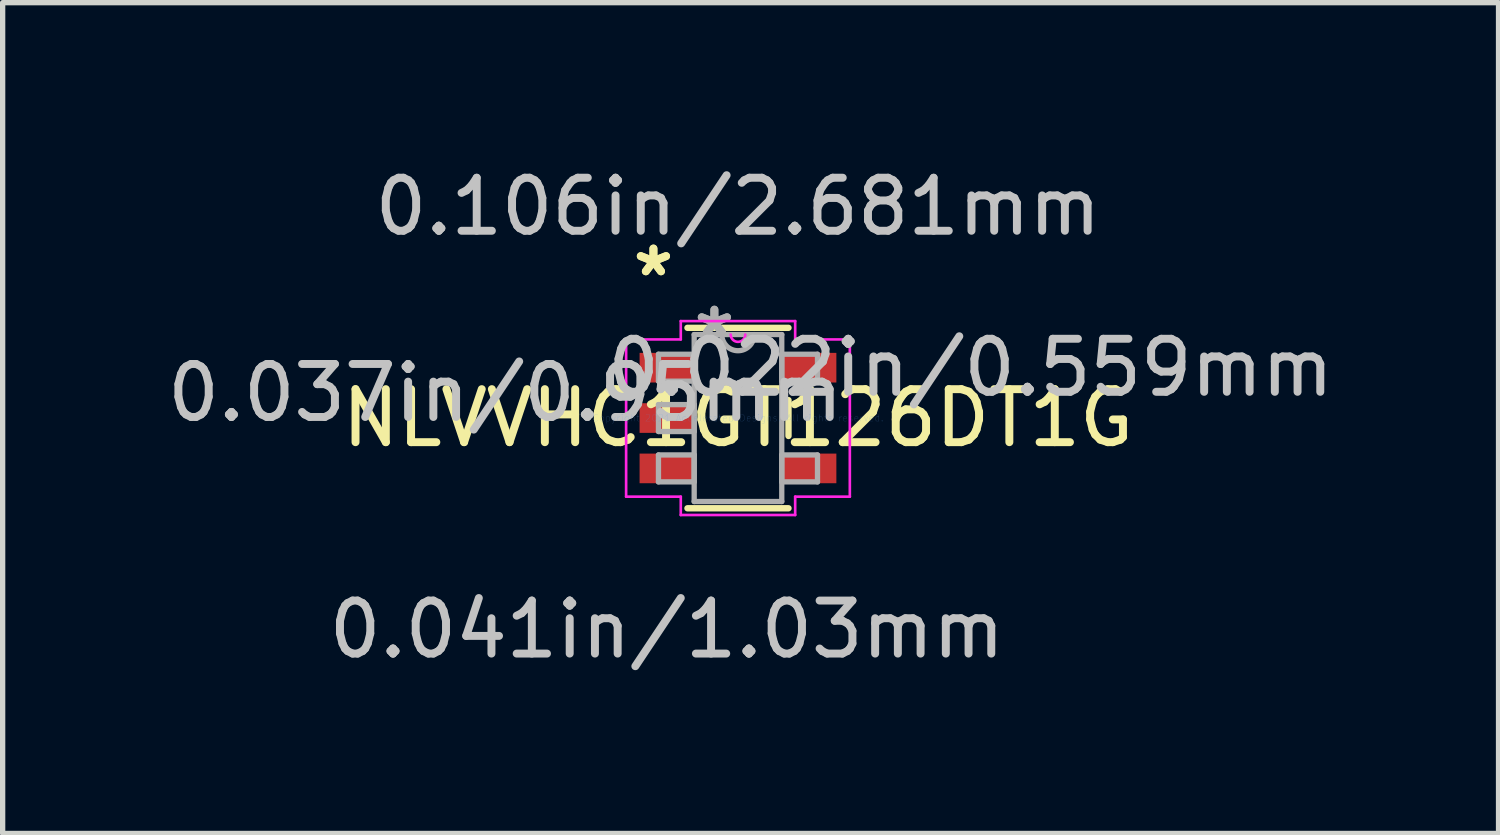
<source format=kicad_pcb>
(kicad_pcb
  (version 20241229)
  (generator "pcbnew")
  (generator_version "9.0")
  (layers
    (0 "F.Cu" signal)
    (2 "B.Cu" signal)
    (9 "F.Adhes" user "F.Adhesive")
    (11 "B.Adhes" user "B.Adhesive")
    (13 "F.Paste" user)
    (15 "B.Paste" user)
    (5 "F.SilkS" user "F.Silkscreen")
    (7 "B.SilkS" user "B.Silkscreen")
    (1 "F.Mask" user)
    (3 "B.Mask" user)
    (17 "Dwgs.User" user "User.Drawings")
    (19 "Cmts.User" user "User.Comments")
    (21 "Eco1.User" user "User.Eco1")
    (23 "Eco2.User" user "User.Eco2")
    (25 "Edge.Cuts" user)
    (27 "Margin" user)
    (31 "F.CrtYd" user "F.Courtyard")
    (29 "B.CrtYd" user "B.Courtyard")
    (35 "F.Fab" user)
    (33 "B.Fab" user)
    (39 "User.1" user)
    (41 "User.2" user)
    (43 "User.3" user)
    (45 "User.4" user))
  (footprint "NLVVHC1GT126DT1G"
    (layer "F.Cu")
    (at 10.871 4.836)
    (property "Reference" "NLVVHC1GT126DT1G" (at 0 0 0) (layer "F.SilkS") (effects (font (size 1 1) (thickness 0.15))))
    (attr through_hole)
    (fp_line (start -0.953 1.702) (end 0.953 1.702) (stroke (width 0.12) (type solid)) (layer "F.SilkS"))
    (fp_line (start 0.953 -1.702) (end -0.953 -1.702) (stroke (width 0.12) (type solid)) (layer "F.SilkS"))
    (fp_line (start 0.953 0.338) (end 0.953 -0.338) (stroke (width 0.12) (type solid)) (layer "F.SilkS"))
    (fp_line (start -2.11 -1.483) (end -1.079 -1.483) (stroke (width 0.05) (type solid)) (layer "F.CrtYd"))
    (fp_line (start -2.11 1.483) (end -2.11 -1.483) (stroke (width 0.05) (type solid)) (layer "F.CrtYd"))
    (fp_line (start -1.079 -1.829) (end 1.079 -1.829) (stroke (width 0.05) (type solid)) (layer "F.CrtYd"))
    (fp_line (start -1.079 -1.483) (end -1.079 -1.829) (stroke (width 0.05) (type solid)) (layer "F.CrtYd"))
    (fp_line (start -1.079 1.483) (end -2.11 1.483) (stroke (width 0.05) (type solid)) (layer "F.CrtYd"))
    (fp_line (start -1.079 1.829) (end -1.079 1.483) (stroke (width 0.05) (type solid)) (layer "F.CrtYd"))
    (fp_line (start 1.079 -1.829) (end 1.079 -1.483) (stroke (width 0.05) (type solid)) (layer "F.CrtYd"))
    (fp_line (start 1.079 -1.483) (end 2.11 -1.483) (stroke (width 0.05) (type solid)) (layer "F.CrtYd"))
    (fp_line (start 1.079 1.483) (end 1.079 1.829) (stroke (width 0.05) (type solid)) (layer "F.CrtYd"))
    (fp_line (start 1.079 1.829) (end -1.079 1.829) (stroke (width 0.05) (type solid)) (layer "F.CrtYd"))
    (fp_line (start 2.11 -1.483) (end 2.11 1.483) (stroke (width 0.05) (type solid)) (layer "F.CrtYd"))
    (fp_line (start 2.11 1.483) (end 1.079 1.483) (stroke (width 0.05) (type solid)) (layer "F.CrtYd"))
    (fp_arc (start 0.137583 -1.5748) (mid 0 -1.437217) (end -0.137583 -1.5748) (stroke (width 0.05) (type solid)) (layer "F.CrtYd"))
    (fp_line (start -1.5 -1.204) (end -1.5 -0.696) (stroke (width 0.1) (type solid)) (layer "F.Fab"))
    (fp_line (start -1.5 -0.696) (end -0.826 -0.696) (stroke (width 0.1) (type solid)) (layer "F.Fab"))
    (fp_line (start -1.5 -0.254) (end -1.5 0.254) (stroke (width 0.1) (type solid)) (layer "F.Fab"))
    (fp_line (start -1.5 0.254) (end -0.826 0.254) (stroke (width 0.1) (type solid)) (layer "F.Fab"))
    (fp_line (start -1.5 0.696) (end -1.5 1.204) (stroke (width 0.1) (type solid)) (layer "F.Fab"))
    (fp_line (start -1.5 1.204) (end -0.826 1.204) (stroke (width 0.1) (type solid)) (layer "F.Fab"))
    (fp_line (start -0.826 -1.575) (end -0.826 1.575) (stroke (width 0.1) (type solid)) (layer "F.Fab"))
    (fp_line (start -0.826 -1.204) (end -1.5 -1.204) (stroke (width 0.1) (type solid)) (layer "F.Fab"))
    (fp_line (start -0.826 -0.696) (end -0.826 -1.204) (stroke (width 0.1) (type solid)) (layer "F.Fab"))
    (fp_line (start -0.826 -0.254) (end -1.5 -0.254) (stroke (width 0.1) (type solid)) (layer "F.Fab"))
    (fp_line (start -0.826 0.254) (end -0.826 -0.254) (stroke (width 0.1) (type solid)) (layer "F.Fab"))
    (fp_line (start -0.826 0.696) (end -1.5 0.696) (stroke (width 0.1) (type solid)) (layer "F.Fab"))
    (fp_line (start -0.826 1.204) (end -0.826 0.696) (stroke (width 0.1) (type solid)) (layer "F.Fab"))
    (fp_line (start -0.826 1.575) (end 0.826 1.575) (stroke (width 0.1) (type solid)) (layer "F.Fab"))
    (fp_line (start 0.826 -1.575) (end -0.826 -1.575) (stroke (width 0.1) (type solid)) (layer "F.Fab"))
    (fp_line (start 0.826 -1.204) (end 0.826 -0.696) (stroke (width 0.1) (type solid)) (layer "F.Fab"))
    (fp_line (start 0.826 -0.696) (end 1.5 -0.696) (stroke (width 0.1) (type solid)) (layer "F.Fab"))
    (fp_line (start 0.826 0.696) (end 0.826 1.204) (stroke (width 0.1) (type solid)) (layer "F.Fab"))
    (fp_line (start 0.826 1.204) (end 1.5 1.204) (stroke (width 0.1) (type solid)) (layer "F.Fab"))
    (fp_line (start 0.826 1.575) (end 0.826 -1.575) (stroke (width 0.1) (type solid)) (layer "F.Fab"))
    (fp_line (start 1.5 -1.204) (end 0.826 -1.204) (stroke (width 0.1) (type solid)) (layer "F.Fab"))
    (fp_line (start 1.5 -0.696) (end 1.5 -1.204) (stroke (width 0.1) (type solid)) (layer "F.Fab"))
    (fp_line (start 1.5 0.696) (end 0.826 0.696) (stroke (width 0.1) (type solid)) (layer "F.Fab"))
    (fp_line (start 1.5 1.204) (end 1.5 0.696) (stroke (width 0.1) (type solid)) (layer "F.Fab"))
    (fp_arc (start 0.3048 -1.5748) (mid 0 -1.27) (end -0.3048 -1.5748) (stroke (width 0.1) (type solid)) (layer "F.Fab"))
    (fp_text user "*" (at -1.595 -2.652 0) (layer "F.SilkS") (effects (font (size 1 1) (thickness 0.15))))
    (fp_text user "*" (at -1.595 -2.652 0) (layer "F.SilkS") (effects (font (size 1 1) (thickness 0.15))))
    (fp_text user "0.022in/0.559mm" (at 4.389 -0.95 0) (layer "Dwgs.User") (effects (font (size 1 1) (thickness 0.15))))
    (fp_text user "0.037in/0.95mm" (at -4.389 -0.475 0) (layer "Dwgs.User") (effects (font (size 1 1) (thickness 0.15))))
    (fp_text user "0.041in/1.03mm" (at -1.341 3.988 0) (layer "Dwgs.User") (effects (font (size 1 1) (thickness 0.15))))
    (fp_text user "0.106in/2.681mm" (at 0 -3.988 0) (layer "Dwgs.User") (effects (font (size 1 1) (thickness 0.15))))
    (fp_text user "Copyright 2021 Accelerated Designs. All rights reserved." (at 0 0 0) (layer "Cmts.User") (effects (font (size 0.127 0.127) (thickness 0.002))))
    (fp_text user "*" (at -0.445 -1.499 0) (layer "F.Fab") (effects (font (size 1 1) (thickness 0.15))))
    (fp_text user "*" (at -0.445 -1.499 0) (layer "F.Fab") (effects (font (size 1 1) (thickness 0.15))))
    (pad "1" smd rect (at -1.341 -0.95) (size 1.03 0.559) (layers "F.Cu" "F.Mask" "F.Paste"))
    (pad "2" smd rect (at -1.341 0) (size 1.03 0.559) (layers "F.Cu" "F.Mask" "F.Paste"))
    (pad "3" smd rect (at -1.341 0.95) (size 1.03 0.559) (layers "F.Cu" "F.Mask" "F.Paste"))
    (pad "4" smd rect (at 1.341 0.95) (size 1.03 0.559) (layers "F.Cu" "F.Mask" "F.Paste"))
    (pad "5" smd rect (at 1.341 -0.95) (size 1.03 0.559) (layers "F.Cu" "F.Mask" "F.Paste")))
  (gr_rect
    (start -3 -3)
    (end 25.218 12.672)
    (stroke (width 0.1) (type default))
    (fill no)
    (layer "Edge.Cuts")))
</source>
